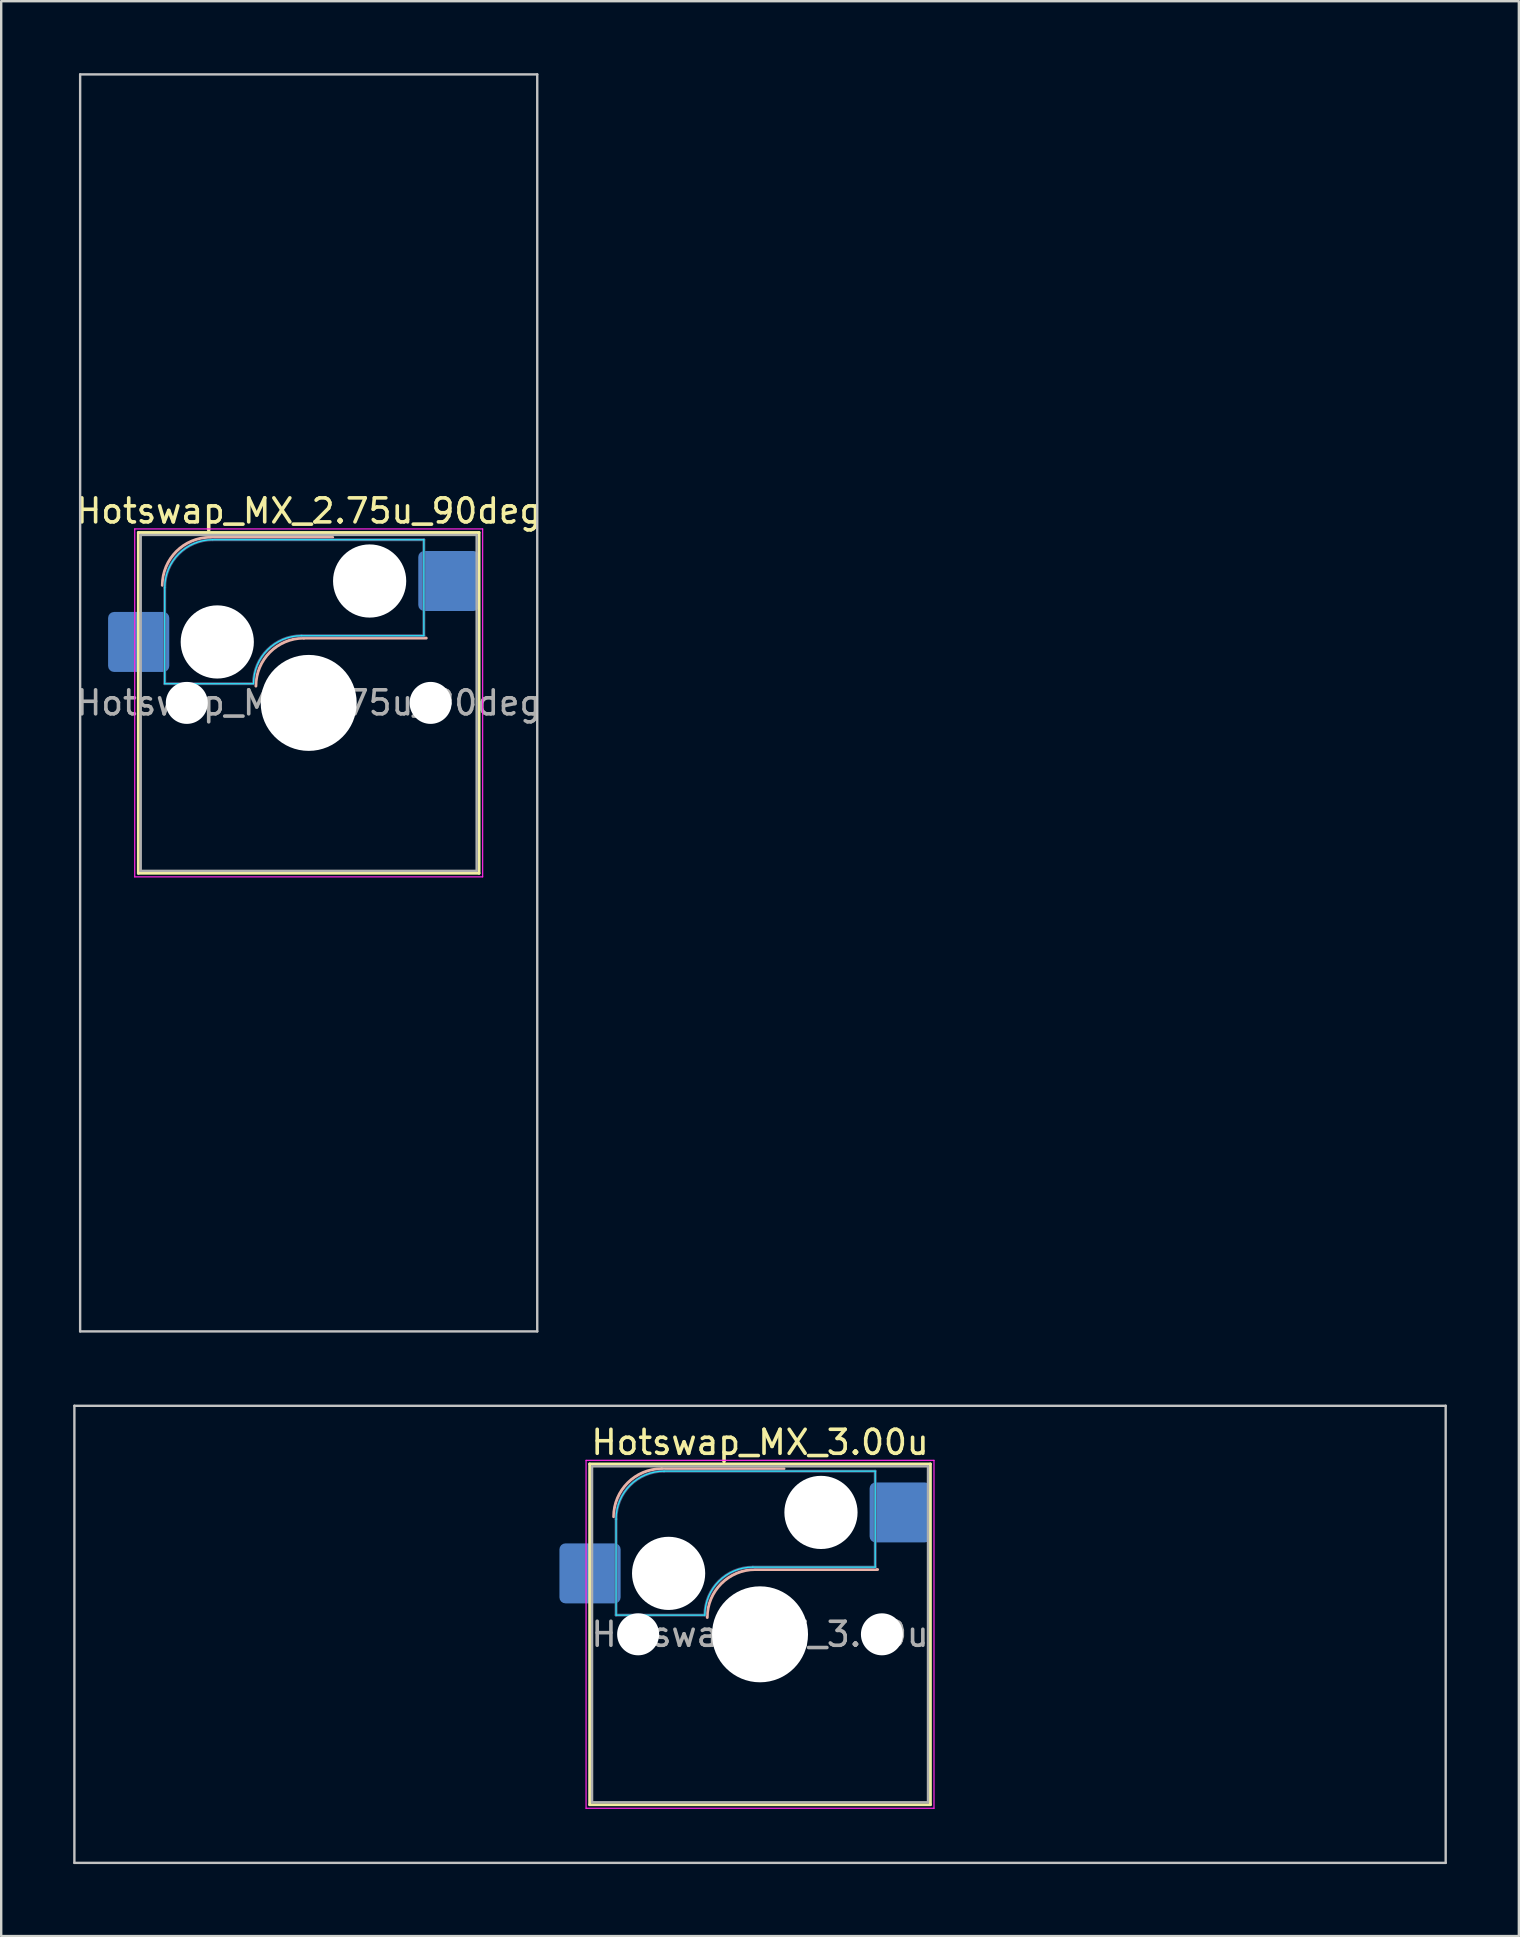
<source format=kicad_pcb>
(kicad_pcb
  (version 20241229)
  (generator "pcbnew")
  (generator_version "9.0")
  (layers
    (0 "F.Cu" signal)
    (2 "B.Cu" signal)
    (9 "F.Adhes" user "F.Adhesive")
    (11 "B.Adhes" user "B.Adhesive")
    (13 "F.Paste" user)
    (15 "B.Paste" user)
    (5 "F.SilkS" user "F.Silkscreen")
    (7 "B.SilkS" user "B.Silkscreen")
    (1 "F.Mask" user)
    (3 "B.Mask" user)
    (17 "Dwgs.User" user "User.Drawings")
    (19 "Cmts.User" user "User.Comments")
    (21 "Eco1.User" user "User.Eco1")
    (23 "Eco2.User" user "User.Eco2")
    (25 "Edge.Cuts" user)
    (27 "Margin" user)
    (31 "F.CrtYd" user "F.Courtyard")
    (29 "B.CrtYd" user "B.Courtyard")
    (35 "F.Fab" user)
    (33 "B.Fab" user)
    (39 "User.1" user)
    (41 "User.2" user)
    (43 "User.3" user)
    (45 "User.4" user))
  (footprint "Hotswap_MX_2.75u_90deg"
    (layer "F.Cu")
    (at 9.815 26.244)
    (property "Reference" "Hotswap_MX_2.75u_90deg" (at 0 -8 0) (layer "F.SilkS") (effects (font (size 1 1) (thickness 0.15))))
    (attr smd)
    (fp_line (start -7.1 -7.1) (end -7.1 7.1) (stroke (width 0.12) (type solid)) (layer "F.SilkS"))
    (fp_line (start -7.1 7.1) (end 7.1 7.1) (stroke (width 0.12) (type solid)) (layer "F.SilkS"))
    (fp_line (start 7.1 -7.1) (end -7.1 -7.1) (stroke (width 0.12) (type solid)) (layer "F.SilkS"))
    (fp_line (start 7.1 7.1) (end 7.1 -7.1) (stroke (width 0.12) (type solid)) (layer "F.SilkS"))
    (fp_line (start -4.1 -6.9) (end 1 -6.9) (stroke (width 0.12) (type solid)) (layer "B.SilkS"))
    (fp_line (start -0.2 -2.7) (end 4.9 -2.7) (stroke (width 0.12) (type solid)) (layer "B.SilkS"))
    (fp_arc (start -6.1 -4.9) (mid -5.514214 -6.314214) (end -4.1 -6.9) (stroke (width 0.12) (type solid)) (layer "B.SilkS"))
    (fp_arc (start -2.2 -0.7) (mid -1.614214 -2.114214) (end -0.2 -2.7) (stroke (width 0.12) (type solid)) (layer "B.SilkS"))
    (fp_line (start -9.525 -26.194) (end 9.525 -26.194) (stroke (width 0.1) (type solid)) (layer "Dwgs.User"))
    (fp_line (start -9.525 26.194) (end -9.525 -26.194) (stroke (width 0.1) (type solid)) (layer "Dwgs.User"))
    (fp_line (start 9.525 -26.194) (end 9.525 26.194) (stroke (width 0.1) (type solid)) (layer "Dwgs.User"))
    (fp_line (start 9.525 26.194) (end -9.525 26.194) (stroke (width 0.1) (type solid)) (layer "Dwgs.User"))
    (fp_line (start -7.8 -6) (end -7 -6) (stroke (width 0.1) (type solid)) (layer "Eco1.User"))
    (fp_line (start -7.8 -2.9) (end -7.8 -6) (stroke (width 0.1) (type solid)) (layer "Eco1.User"))
    (fp_line (start -7.8 2.9) (end -7 2.9) (stroke (width 0.1) (type solid)) (layer "Eco1.User"))
    (fp_line (start -7.8 6) (end -7.8 2.9) (stroke (width 0.1) (type solid)) (layer "Eco1.User"))
    (fp_line (start -7 -7) (end 7 -7) (stroke (width 0.1) (type solid)) (layer "Eco1.User"))
    (fp_line (start -7 -6) (end -7 -7) (stroke (width 0.1) (type solid)) (layer "Eco1.User"))
    (fp_line (start -7 -2.9) (end -7.8 -2.9) (stroke (width 0.1) (type solid)) (layer "Eco1.User"))
    (fp_line (start -7 2.9) (end -7 -2.9) (stroke (width 0.1) (type solid)) (layer "Eco1.User"))
    (fp_line (start -7 6) (end -7.8 6) (stroke (width 0.1) (type solid)) (layer "Eco1.User"))
    (fp_line (start -7 7) (end -7 6) (stroke (width 0.1) (type solid)) (layer "Eco1.User"))
    (fp_line (start 7 -7) (end 7 -6) (stroke (width 0.1) (type solid)) (layer "Eco1.User"))
    (fp_line (start 7 -6) (end 7.8 -6) (stroke (width 0.1) (type solid)) (layer "Eco1.User"))
    (fp_line (start 7 -2.9) (end 7 2.9) (stroke (width 0.1) (type solid)) (layer "Eco1.User"))
    (fp_line (start 7 2.9) (end 7.8 2.9) (stroke (width 0.1) (type solid)) (layer "Eco1.User"))
    (fp_line (start 7 6) (end 7 7) (stroke (width 0.1) (type solid)) (layer "Eco1.User"))
    (fp_line (start 7 7) (end -7 7) (stroke (width 0.1) (type solid)) (layer "Eco1.User"))
    (fp_line (start 7.8 -6) (end 7.8 -2.9) (stroke (width 0.1) (type solid)) (layer "Eco1.User"))
    (fp_line (start 7.8 -2.9) (end 7 -2.9) (stroke (width 0.1) (type solid)) (layer "Eco1.User"))
    (fp_line (start 7.8 2.9) (end 7.8 6) (stroke (width 0.1) (type solid)) (layer "Eco1.User"))
    (fp_line (start 7.8 6) (end 7 6) (stroke (width 0.1) (type solid)) (layer "Eco1.User"))
    (fp_line (start -6 -0.8) (end -6 -4.8) (stroke (width 0.05) (type solid)) (layer "B.CrtYd"))
    (fp_line (start -6 -0.8) (end -2.3 -0.8) (stroke (width 0.05) (type solid)) (layer "B.CrtYd"))
    (fp_line (start -4 -6.8) (end 4.8 -6.8) (stroke (width 0.05) (type solid)) (layer "B.CrtYd"))
    (fp_line (start -0.3 -2.8) (end 4.8 -2.8) (stroke (width 0.05) (type solid)) (layer "B.CrtYd"))
    (fp_line (start 4.8 -6.8) (end 4.8 -2.8) (stroke (width 0.05) (type solid)) (layer "B.CrtYd"))
    (fp_arc (start -6 -4.8) (mid -5.414214 -6.214214) (end -4 -6.8) (stroke (width 0.05) (type solid)) (layer "B.CrtYd"))
    (fp_arc (start -2.3 -0.8) (mid -1.714214 -2.214214) (end -0.3 -2.8) (stroke (width 0.05) (type solid)) (layer "B.CrtYd"))
    (fp_line (start -7.25 -7.25) (end -7.25 7.25) (stroke (width 0.05) (type solid)) (layer "F.CrtYd"))
    (fp_line (start -7.25 7.25) (end 7.25 7.25) (stroke (width 0.05) (type solid)) (layer "F.CrtYd"))
    (fp_line (start 7.25 -7.25) (end -7.25 -7.25) (stroke (width 0.05) (type solid)) (layer "F.CrtYd"))
    (fp_line (start 7.25 7.25) (end 7.25 -7.25) (stroke (width 0.05) (type solid)) (layer "F.CrtYd"))
    (fp_line (start -6 -0.8) (end -6 -4.8) (stroke (width 0.12) (type solid)) (layer "B.Fab"))
    (fp_line (start -6 -0.8) (end -2.3 -0.8) (stroke (width 0.12) (type solid)) (layer "B.Fab"))
    (fp_line (start -4 -6.8) (end 4.8 -6.8) (stroke (width 0.12) (type solid)) (layer "B.Fab"))
    (fp_line (start -0.3 -2.8) (end 4.8 -2.8) (stroke (width 0.12) (type solid)) (layer "B.Fab"))
    (fp_line (start 4.8 -6.8) (end 4.8 -2.8) (stroke (width 0.12) (type solid)) (layer "B.Fab"))
    (fp_arc (start -6 -4.8) (mid -5.414214 -6.214214) (end -4 -6.8) (stroke (width 0.12) (type solid)) (layer "B.Fab"))
    (fp_arc (start -2.3 -0.8) (mid -1.714214 -2.214214) (end -0.3 -2.8) (stroke (width 0.12) (type solid)) (layer "B.Fab"))
    (fp_line (start -7 -7) (end -7 7) (stroke (width 0.1) (type solid)) (layer "F.Fab"))
    (fp_line (start -7 7) (end 7 7) (stroke (width 0.1) (type solid)) (layer "F.Fab"))
    (fp_line (start 7 -7) (end -7 -7) (stroke (width 0.1) (type solid)) (layer "F.Fab"))
    (fp_line (start 7 7) (end 7 -7) (stroke (width 0.1) (type solid)) (layer "F.Fab"))
    (fp_text user "${REFERENCE}" (at 0 0 0) (layer "F.Fab") (effects (font (size 1 1) (thickness 0.15))))
    (pad "" np_thru_hole circle (at -5.08 0) (size 1.75 1.75) (drill 1.75) (layers "*.Cu" "*.Mask"))
    (pad "" np_thru_hole circle (at -3.81 -2.54) (size 3.05 3.05) (drill 3.05) (layers "*.Cu" "*.Mask"))
    (pad "" np_thru_hole circle (at 0 0) (size 4 4) (drill 4) (layers "*.Cu" "*.Mask"))
    (pad "" np_thru_hole circle (at 2.54 -5.08) (size 3.05 3.05) (drill 3.05) (layers "*.Cu" "*.Mask"))
    (pad "" np_thru_hole circle (at 5.08 0) (size 1.75 1.75) (drill 1.75) (layers "*.Cu" "*.Mask"))
    (pad "1" smd roundrect (at -7.085 -2.54) (size 2.55 2.5) (layers "B.Cu" "B.Mask" "B.Paste") (roundrect_rratio 0.1))
    (pad "2" smd roundrect (at 5.842 -5.08) (size 2.55 2.5) (layers "B.Cu" "B.Mask" "B.Paste") (roundrect_rratio 0.1)))
  (footprint "Hotswap_MX_3.00u"
    (layer "F.Cu")
    (at 28.625 65.062)
    (property "Reference" "Hotswap_MX_3.00u" (at 0 -8 0) (layer "F.SilkS") (effects (font (size 1 1) (thickness 0.15))))
    (attr smd)
    (fp_line (start -7.1 -7.1) (end -7.1 7.1) (stroke (width 0.12) (type solid)) (layer "F.SilkS"))
    (fp_line (start -7.1 7.1) (end 7.1 7.1) (stroke (width 0.12) (type solid)) (layer "F.SilkS"))
    (fp_line (start 7.1 -7.1) (end -7.1 -7.1) (stroke (width 0.12) (type solid)) (layer "F.SilkS"))
    (fp_line (start 7.1 7.1) (end 7.1 -7.1) (stroke (width 0.12) (type solid)) (layer "F.SilkS"))
    (fp_line (start -4.1 -6.9) (end 1 -6.9) (stroke (width 0.12) (type solid)) (layer "B.SilkS"))
    (fp_line (start -0.2 -2.7) (end 4.9 -2.7) (stroke (width 0.12) (type solid)) (layer "B.SilkS"))
    (fp_arc (start -6.1 -4.9) (mid -5.514214 -6.314214) (end -4.1 -6.9) (stroke (width 0.12) (type solid)) (layer "B.SilkS"))
    (fp_arc (start -2.2 -0.7) (mid -1.614214 -2.114214) (end -0.2 -2.7) (stroke (width 0.12) (type solid)) (layer "B.SilkS"))
    (fp_line (start -28.575 -9.525) (end -28.575 9.525) (stroke (width 0.1) (type solid)) (layer "Dwgs.User"))
    (fp_line (start -28.575 9.525) (end 28.575 9.525) (stroke (width 0.1) (type solid)) (layer "Dwgs.User"))
    (fp_line (start 28.575 -9.525) (end -28.575 -9.525) (stroke (width 0.1) (type solid)) (layer "Dwgs.User"))
    (fp_line (start 28.575 9.525) (end 28.575 -9.525) (stroke (width 0.1) (type solid)) (layer "Dwgs.User"))
    (fp_line (start -7.8 -6) (end -7 -6) (stroke (width 0.1) (type solid)) (layer "Eco1.User"))
    (fp_line (start -7.8 -2.9) (end -7.8 -6) (stroke (width 0.1) (type solid)) (layer "Eco1.User"))
    (fp_line (start -7.8 2.9) (end -7 2.9) (stroke (width 0.1) (type solid)) (layer "Eco1.User"))
    (fp_line (start -7.8 6) (end -7.8 2.9) (stroke (width 0.1) (type solid)) (layer "Eco1.User"))
    (fp_line (start -7 -7) (end 7 -7) (stroke (width 0.1) (type solid)) (layer "Eco1.User"))
    (fp_line (start -7 -6) (end -7 -7) (stroke (width 0.1) (type solid)) (layer "Eco1.User"))
    (fp_line (start -7 -2.9) (end -7.8 -2.9) (stroke (width 0.1) (type solid)) (layer "Eco1.User"))
    (fp_line (start -7 2.9) (end -7 -2.9) (stroke (width 0.1) (type solid)) (layer "Eco1.User"))
    (fp_line (start -7 6) (end -7.8 6) (stroke (width 0.1) (type solid)) (layer "Eco1.User"))
    (fp_line (start -7 7) (end -7 6) (stroke (width 0.1) (type solid)) (layer "Eco1.User"))
    (fp_line (start 7 -7) (end 7 -6) (stroke (width 0.1) (type solid)) (layer "Eco1.User"))
    (fp_line (start 7 -6) (end 7.8 -6) (stroke (width 0.1) (type solid)) (layer "Eco1.User"))
    (fp_line (start 7 -2.9) (end 7 2.9) (stroke (width 0.1) (type solid)) (layer "Eco1.User"))
    (fp_line (start 7 2.9) (end 7.8 2.9) (stroke (width 0.1) (type solid)) (layer "Eco1.User"))
    (fp_line (start 7 6) (end 7 7) (stroke (width 0.1) (type solid)) (layer "Eco1.User"))
    (fp_line (start 7 7) (end -7 7) (stroke (width 0.1) (type solid)) (layer "Eco1.User"))
    (fp_line (start 7.8 -6) (end 7.8 -2.9) (stroke (width 0.1) (type solid)) (layer "Eco1.User"))
    (fp_line (start 7.8 -2.9) (end 7 -2.9) (stroke (width 0.1) (type solid)) (layer "Eco1.User"))
    (fp_line (start 7.8 2.9) (end 7.8 6) (stroke (width 0.1) (type solid)) (layer "Eco1.User"))
    (fp_line (start 7.8 6) (end 7 6) (stroke (width 0.1) (type solid)) (layer "Eco1.User"))
    (fp_line (start -6 -0.8) (end -6 -4.8) (stroke (width 0.05) (type solid)) (layer "B.CrtYd"))
    (fp_line (start -6 -0.8) (end -2.3 -0.8) (stroke (width 0.05) (type solid)) (layer "B.CrtYd"))
    (fp_line (start -4 -6.8) (end 4.8 -6.8) (stroke (width 0.05) (type solid)) (layer "B.CrtYd"))
    (fp_line (start -0.3 -2.8) (end 4.8 -2.8) (stroke (width 0.05) (type solid)) (layer "B.CrtYd"))
    (fp_line (start 4.8 -6.8) (end 4.8 -2.8) (stroke (width 0.05) (type solid)) (layer "B.CrtYd"))
    (fp_arc (start -6 -4.8) (mid -5.414214 -6.214214) (end -4 -6.8) (stroke (width 0.05) (type solid)) (layer "B.CrtYd"))
    (fp_arc (start -2.3 -0.8) (mid -1.714214 -2.214214) (end -0.3 -2.8) (stroke (width 0.05) (type solid)) (layer "B.CrtYd"))
    (fp_line (start -7.25 -7.25) (end -7.25 7.25) (stroke (width 0.05) (type solid)) (layer "F.CrtYd"))
    (fp_line (start -7.25 7.25) (end 7.25 7.25) (stroke (width 0.05) (type solid)) (layer "F.CrtYd"))
    (fp_line (start 7.25 -7.25) (end -7.25 -7.25) (stroke (width 0.05) (type solid)) (layer "F.CrtYd"))
    (fp_line (start 7.25 7.25) (end 7.25 -7.25) (stroke (width 0.05) (type solid)) (layer "F.CrtYd"))
    (fp_line (start -6 -0.8) (end -6 -4.8) (stroke (width 0.12) (type solid)) (layer "B.Fab"))
    (fp_line (start -6 -0.8) (end -2.3 -0.8) (stroke (width 0.12) (type solid)) (layer "B.Fab"))
    (fp_line (start -4 -6.8) (end 4.8 -6.8) (stroke (width 0.12) (type solid)) (layer "B.Fab"))
    (fp_line (start -0.3 -2.8) (end 4.8 -2.8) (stroke (width 0.12) (type solid)) (layer "B.Fab"))
    (fp_line (start 4.8 -6.8) (end 4.8 -2.8) (stroke (width 0.12) (type solid)) (layer "B.Fab"))
    (fp_arc (start -6 -4.8) (mid -5.414214 -6.214214) (end -4 -6.8) (stroke (width 0.12) (type solid)) (layer "B.Fab"))
    (fp_arc (start -2.3 -0.8) (mid -1.714214 -2.214214) (end -0.3 -2.8) (stroke (width 0.12) (type solid)) (layer "B.Fab"))
    (fp_line (start -7 -7) (end -7 7) (stroke (width 0.1) (type solid)) (layer "F.Fab"))
    (fp_line (start -7 7) (end 7 7) (stroke (width 0.1) (type solid)) (layer "F.Fab"))
    (fp_line (start 7 -7) (end -7 -7) (stroke (width 0.1) (type solid)) (layer "F.Fab"))
    (fp_line (start 7 7) (end 7 -7) (stroke (width 0.1) (type solid)) (layer "F.Fab"))
    (fp_text user "${REFERENCE}" (at 0 0 0) (layer "F.Fab") (effects (font (size 1 1) (thickness 0.15))))
    (pad "" np_thru_hole circle (at -5.08 0) (size 1.75 1.75) (drill 1.75) (layers "*.Cu" "*.Mask"))
    (pad "" np_thru_hole circle (at -3.81 -2.54) (size 3.05 3.05) (drill 3.05) (layers "*.Cu" "*.Mask"))
    (pad "" np_thru_hole circle (at 0 0) (size 4 4) (drill 4) (layers "*.Cu" "*.Mask"))
    (pad "" np_thru_hole circle (at 2.54 -5.08) (size 3.05 3.05) (drill 3.05) (layers "*.Cu" "*.Mask"))
    (pad "" np_thru_hole circle (at 5.08 0) (size 1.75 1.75) (drill 1.75) (layers "*.Cu" "*.Mask"))
    (pad "1" smd roundrect (at -7.085 -2.54) (size 2.55 2.5) (layers "B.Cu" "B.Mask" "B.Paste") (roundrect_rratio 0.1))
    (pad "2" smd roundrect (at 5.842 -5.08) (size 2.55 2.5) (layers "B.Cu" "B.Mask" "B.Paste") (roundrect_rratio 0.1)))
  (gr_rect
    (start -3 -3)
    (end 60.25 77.638)
    (stroke (width 0.1) (type default))
    (fill no)
    (layer "Edge.Cuts")))
</source>
